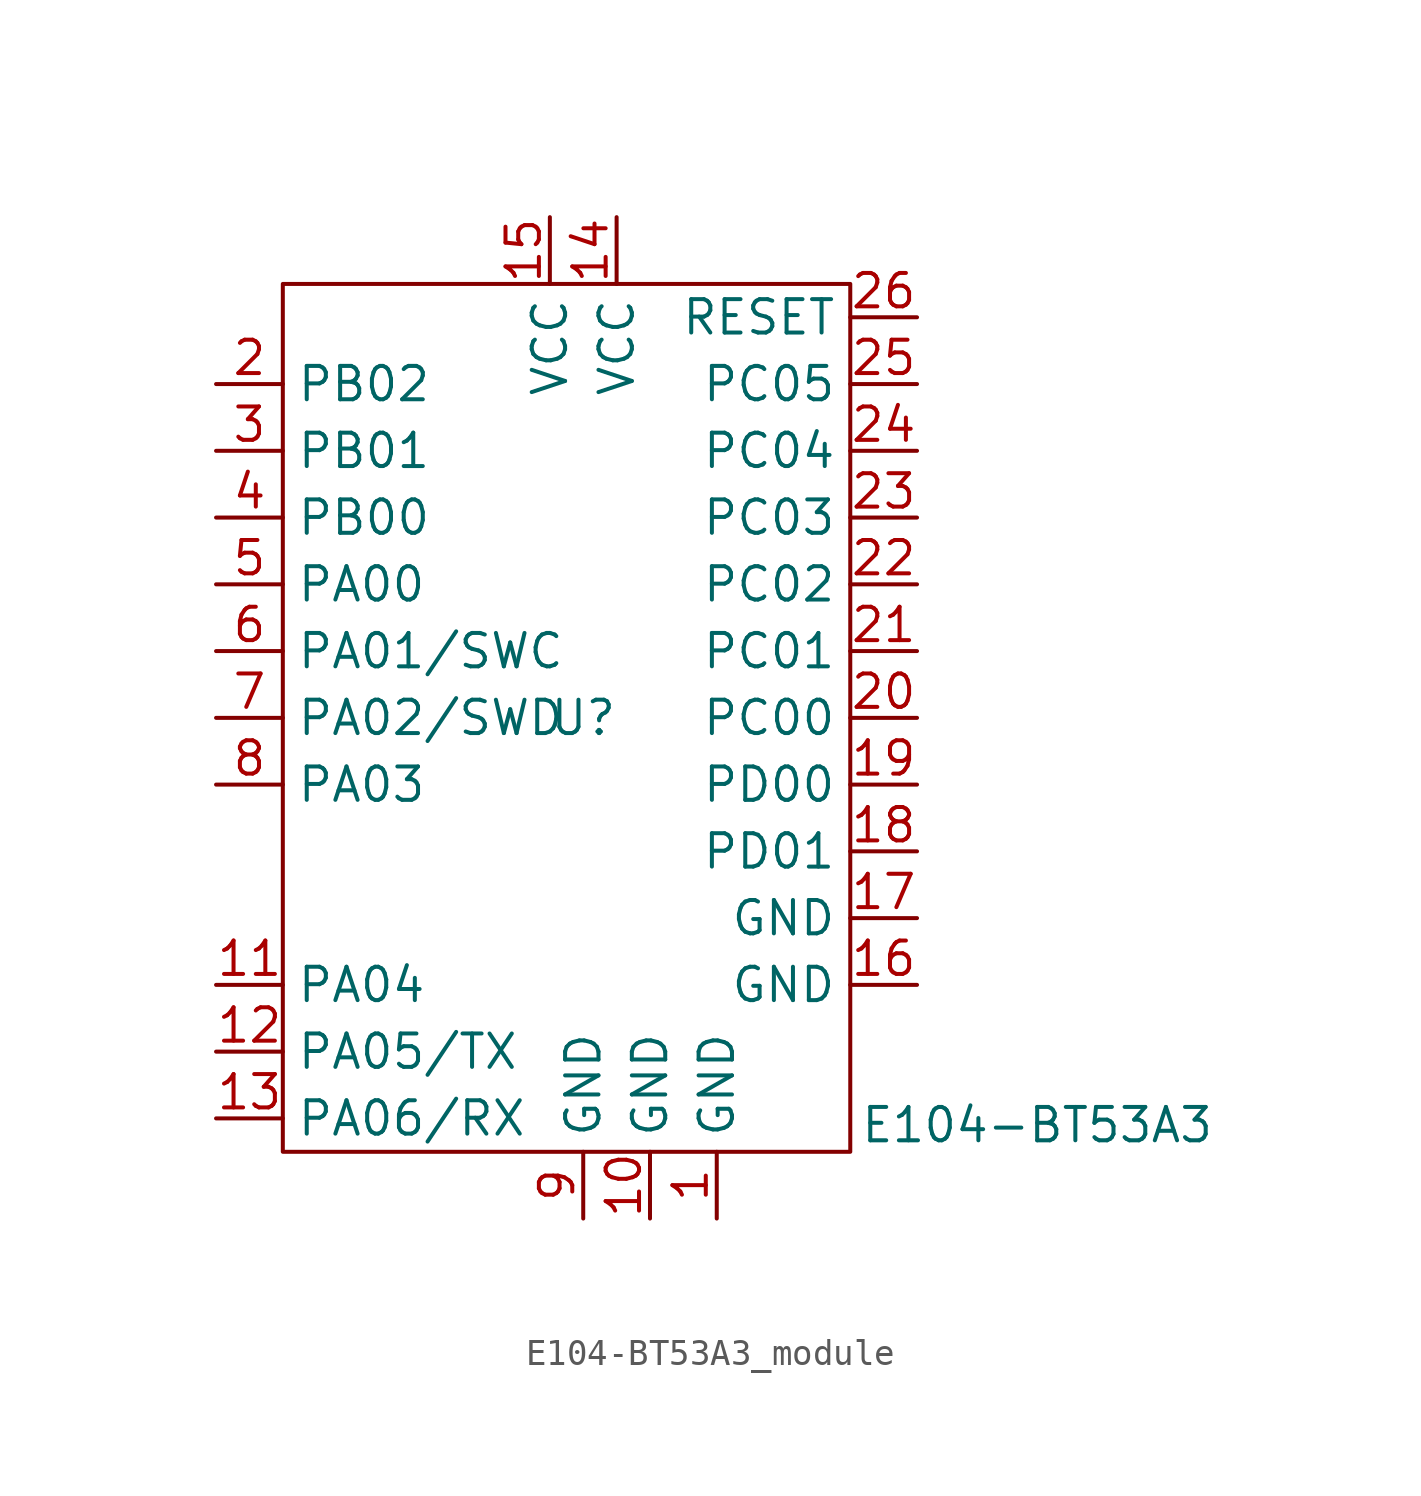
<source format=kicad_sym>
(kicad_symbol_lib
  (version 20241209)
  (generator "kicad_symbol_editor")
  (generator_version "9.0")
  (symbol "E104-BT53A3_module"
    (property "Reference" "U"
      (at 0 0 0)
      (effects (font (size 1.27 1.27))))
    (property "Value" "E104-BT53A3"
      (at 17.272 -15.494 0)
      (effects (font (size 1.27 1.27))))
    (symbol "E104-BT53A3_module_0_1"
      (rectangle (start -11.43 16.51) (end 10.16 -16.51) (stroke (width 0) (type default)) (fill (type none))))
    (symbol "E104-BT53A3_module_1_1"
      (pin bidirectional line (at -13.97 12.7 0) (length 2.54) (name "PB02" (effects (font (size 1.27 1.27)))) (number "2" (effects (font (size 1.27 1.27)))))
      (pin bidirectional line (at -13.97 10.16 0) (length 2.54) (name "PB01" (effects (font (size 1.27 1.27)))) (number "3" (effects (font (size 1.27 1.27)))))
      (pin bidirectional line (at -13.97 7.62 0) (length 2.54) (name "PB00" (effects (font (size 1.27 1.27)))) (number "4" (effects (font (size 1.27 1.27)))))
      (pin bidirectional line (at -13.97 5.08 0) (length 2.54) (name "PA00" (effects (font (size 1.27 1.27)))) (number "5" (effects (font (size 1.27 1.27)))))
      (pin bidirectional line (at -13.97 2.54 0) (length 2.54) (name "PA01/SWC" (effects (font (size 1.27 1.27)))) (number "6" (effects (font (size 1.27 1.27)))))
      (pin bidirectional line (at -13.97 0 0) (length 2.54) (name "PA02/SWD" (effects (font (size 1.27 1.27)))) (number "7" (effects (font (size 1.27 1.27)))))
      (pin bidirectional line (at -13.97 -2.54 0) (length 2.54) (name "PA03" (effects (font (size 1.27 1.27)))) (number "8" (effects (font (size 1.27 1.27)))))
      (pin bidirectional line (at -13.97 -10.16 0) (length 2.54) (name "PA04" (effects (font (size 1.27 1.27)))) (number "11" (effects (font (size 1.27 1.27)))))
      (pin bidirectional line (at -13.97 -12.7 0) (length 2.54) (name "PA05/TX" (effects (font (size 1.27 1.27)))) (number "12" (effects (font (size 1.27 1.27)))))
      (pin bidirectional line (at -13.97 -15.24 0) (length 2.54) (name "PA06/RX" (effects (font (size 1.27 1.27)))) (number "13" (effects (font (size 1.27 1.27)))))
      (pin power_in line (at -1.27 19.05 270) (length 2.54) (name "VCC" (effects (font (size 1.27 1.27)))) (number "15" (effects (font (size 1.27 1.27)))))
      (pin power_in line (at 0 -19.05 90) (length 2.54) (name "GND" (effects (font (size 1.27 1.27)))) (number "9" (effects (font (size 1.27 1.27)))))
      (pin power_in line (at 1.27 19.05 270) (length 2.54) (name "VCC" (effects (font (size 1.27 1.27)))) (number "14" (effects (font (size 1.27 1.27)))))
      (pin power_in line (at 2.54 -19.05 90) (length 2.54) (name "GND" (effects (font (size 1.27 1.27)))) (number "10" (effects (font (size 1.27 1.27)))))
      (pin power_in line (at 5.08 -19.05 90) (length 2.54) (name "GND" (effects (font (size 1.27 1.27)))) (number "1" (effects (font (size 1.27 1.27)))))
      (pin input line (at 12.7 15.24 180) (length 2.54) (name "RESET" (effects (font (size 1.27 1.27)))) (number "26" (effects (font (size 1.27 1.27)))))
      (pin bidirectional line (at 12.7 12.7 180) (length 2.54) (name "PC05" (effects (font (size 1.27 1.27)))) (number "25" (effects (font (size 1.27 1.27)))))
      (pin bidirectional line (at 12.7 10.16 180) (length 2.54) (name "PC04" (effects (font (size 1.27 1.27)))) (number "24" (effects (font (size 1.27 1.27)))))
      (pin bidirectional line (at 12.7 7.62 180) (length 2.54) (name "PC03" (effects (font (size 1.27 1.27)))) (number "23" (effects (font (size 1.27 1.27)))))
      (pin bidirectional line (at 12.7 5.08 180) (length 2.54) (name "PC02" (effects (font (size 1.27 1.27)))) (number "22" (effects (font (size 1.27 1.27)))))
      (pin bidirectional line (at 12.7 2.54 180) (length 2.54) (name "PC01" (effects (font (size 1.27 1.27)))) (number "21" (effects (font (size 1.27 1.27)))))
      (pin bidirectional line (at 12.7 0 180) (length 2.54) (name "PC00" (effects (font (size 1.27 1.27)))) (number "20" (effects (font (size 1.27 1.27)))))
      (pin bidirectional line (at 12.7 -2.54 180) (length 2.54) (name "PD00" (effects (font (size 1.27 1.27)))) (number "19" (effects (font (size 1.27 1.27)))))
      (pin bidirectional line (at 12.7 -5.08 180) (length 2.54) (name "PD01" (effects (font (size 1.27 1.27)))) (number "18" (effects (font (size 1.27 1.27)))))
      (pin power_in line (at 12.7 -7.62 180) (length 2.54) (name "GND" (effects (font (size 1.27 1.27)))) (number "17" (effects (font (size 1.27 1.27)))))
      (pin power_in line (at 12.7 -10.16 180) (length 2.54) (name "GND" (effects (font (size 1.27 1.27)))) (number "16" (effects (font (size 1.27 1.27))))))))
</source>
